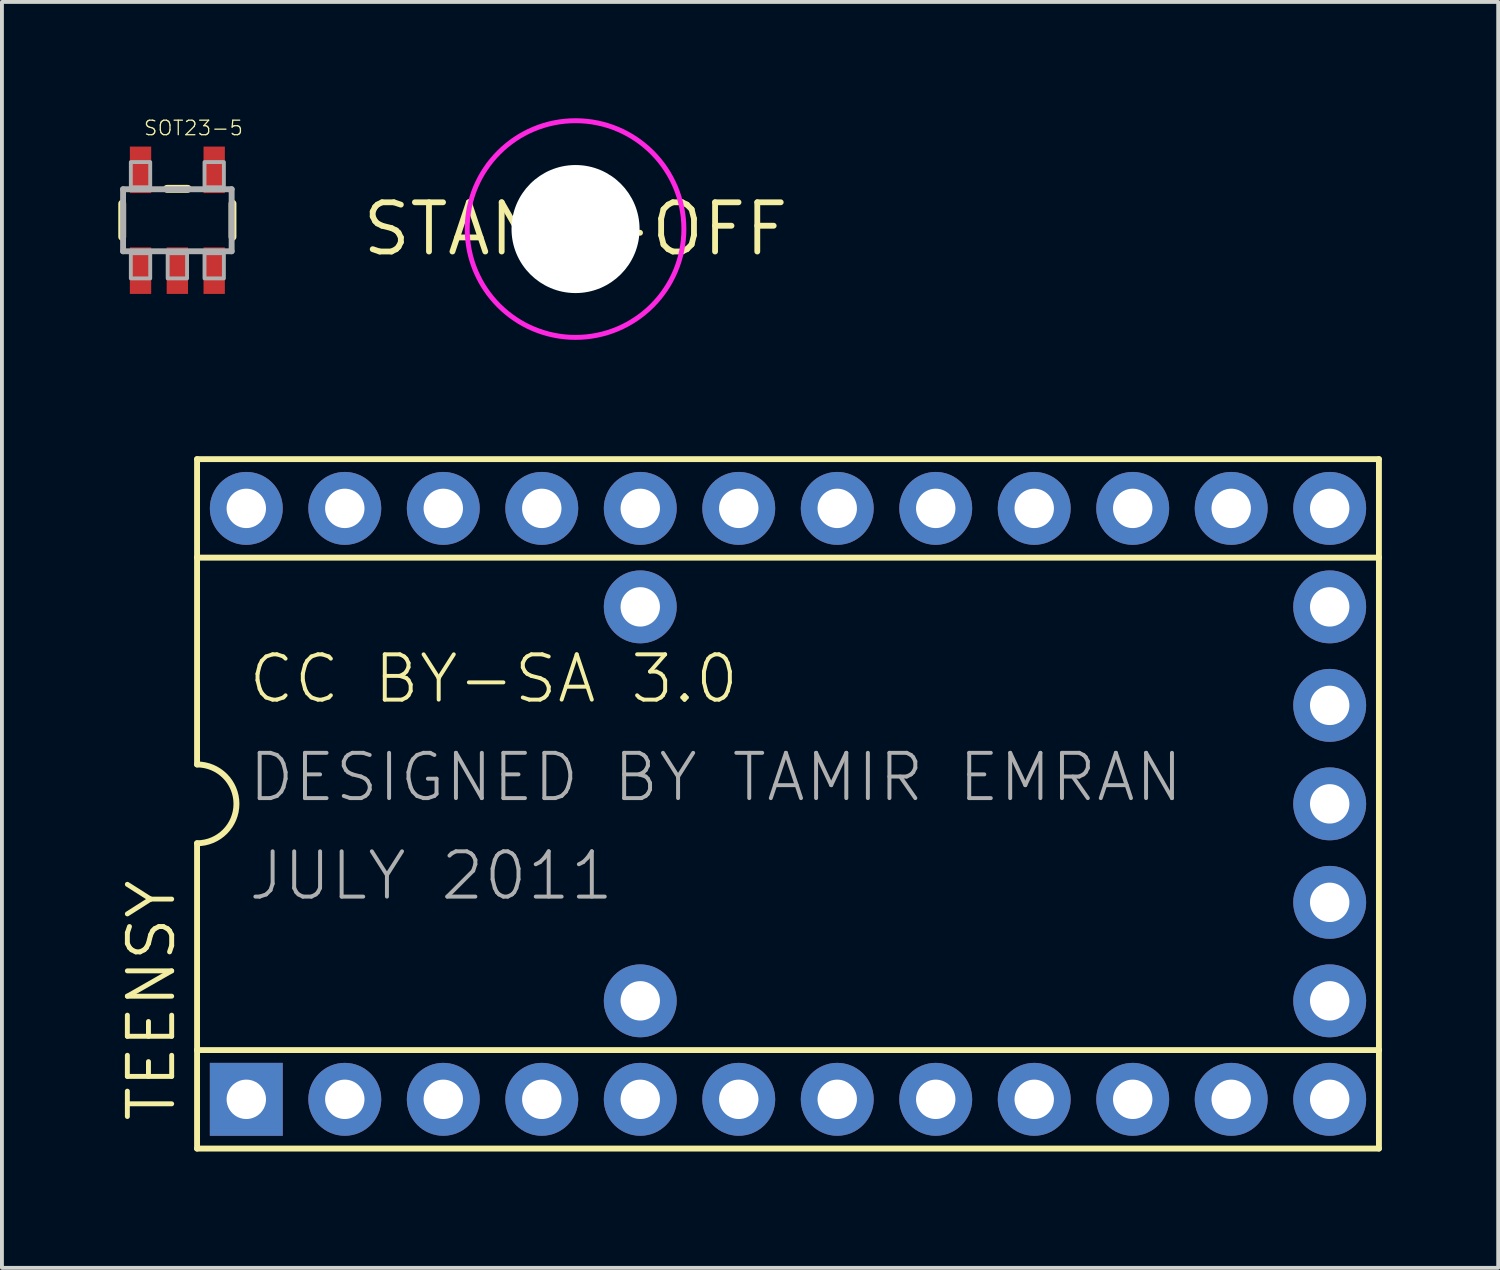
<source format=kicad_pcb>
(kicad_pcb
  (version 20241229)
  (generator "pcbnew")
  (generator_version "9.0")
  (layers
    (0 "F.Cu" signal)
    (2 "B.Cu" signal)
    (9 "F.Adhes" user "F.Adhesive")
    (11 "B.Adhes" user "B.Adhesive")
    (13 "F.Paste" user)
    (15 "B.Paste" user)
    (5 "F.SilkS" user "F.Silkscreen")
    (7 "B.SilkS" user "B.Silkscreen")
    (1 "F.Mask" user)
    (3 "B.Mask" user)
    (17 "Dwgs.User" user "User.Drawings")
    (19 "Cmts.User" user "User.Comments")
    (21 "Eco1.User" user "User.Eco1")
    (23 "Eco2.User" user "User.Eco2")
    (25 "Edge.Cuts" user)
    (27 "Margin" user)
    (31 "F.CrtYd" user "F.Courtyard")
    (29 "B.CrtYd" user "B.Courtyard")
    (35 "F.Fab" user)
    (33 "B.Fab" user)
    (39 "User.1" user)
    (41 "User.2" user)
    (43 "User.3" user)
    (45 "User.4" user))
  (footprint "TEENSY"
    (layer "F.Cu")
    (at 17.272 17.681)
    (property "Reference" "TEENSY" (at -15.748 8.255 90) (layer "F.SilkS") (effects (font (size 1.143 1.143) (thickness 0.127)) (justify left bottom)))
    (fp_line (start -15.24 -8.89) (end -15.24 -6.35) (stroke (width 0.152) (type solid)) (layer "F.SilkS"))
    (fp_line (start -15.24 -6.35) (end -15.24 -1.016) (stroke (width 0.152) (type solid)) (layer "F.SilkS"))
    (fp_line (start -15.24 -6.35) (end 15.24 -6.35) (stroke (width 0.152) (type solid)) (layer "F.SilkS"))
    (fp_line (start -15.24 6.35) (end -15.24 1.016) (stroke (width 0.152) (type solid)) (layer "F.SilkS"))
    (fp_line (start -15.24 6.35) (end 15.24 6.35) (stroke (width 0.152) (type solid)) (layer "F.SilkS"))
    (fp_line (start -15.24 8.89) (end -15.24 6.35) (stroke (width 0.152) (type solid)) (layer "F.SilkS"))
    (fp_line (start -15.24 8.89) (end 15.24 8.89) (stroke (width 0.152) (type solid)) (layer "F.SilkS"))
    (fp_line (start 15.24 -8.89) (end -15.24 -8.89) (stroke (width 0.152) (type solid)) (layer "F.SilkS"))
    (fp_line (start 15.24 -8.89) (end 15.24 -6.35) (stroke (width 0.152) (type solid)) (layer "F.SilkS"))
    (fp_line (start 15.24 -6.35) (end 15.24 6.35) (stroke (width 0.152) (type solid)) (layer "F.SilkS"))
    (fp_line (start 15.24 6.35) (end 15.24 8.89) (stroke (width 0.152) (type solid)) (layer "F.SilkS"))
    (fp_arc (start -15.24 -1.016) (mid -14.224 0) (end -15.24 1.016) (stroke (width 0.1524) (type solid)) (layer "F.SilkS"))
    (fp_text user "CC BY-SA 3.0" (at -13.97 -2.54 0) (layer "F.SilkS") (effects (font (size 1.168 1.168) (thickness 0.102)) (justify left bottom)))
    (fp_text user "JULY 2011" (at -13.97 2.54 0) (layer "F.Fab") (effects (font (size 1.168 1.168) (thickness 0.102)) (justify left bottom)))
    (fp_text user "DESIGNED BY TAMIR EMRAN" (at -13.97 0 0) (layer "F.Fab") (effects (font (size 1.168 1.168) (thickness 0.102)) (justify left bottom)))
    (pad "+5V" thru_hole circle (at -13.97 -7.62 90) (size 1.88 1.88) (drill 1.016) (layers "*.Cu" "*.Mask"))
    (pad "5V2" thru_hole circle (at 13.97 2.54 180) (size 1.88 1.88) (drill 1.016) (layers "*.Cu" "*.Mask"))
    (pad "B0" thru_hole circle (at -11.43 7.62 90) (size 1.88 1.88) (drill 1.016) (layers "*.Cu" "*.Mask"))
    (pad "B1" thru_hole circle (at -8.89 7.62 90) (size 1.88 1.88) (drill 1.016) (layers "*.Cu" "*.Mask"))
    (pad "B2" thru_hole circle (at -6.35 7.62 90) (size 1.88 1.88) (drill 1.016) (layers "*.Cu" "*.Mask"))
    (pad "B3" thru_hole circle (at -3.81 7.62 90) (size 1.88 1.88) (drill 1.016) (layers "*.Cu" "*.Mask"))
    (pad "B4" thru_hole circle (at 8.89 -7.62 90) (size 1.88 1.88) (drill 1.016) (layers "*.Cu" "*.Mask"))
    (pad "B5" thru_hole circle (at 6.35 -7.62 90) (size 1.88 1.88) (drill 1.016) (layers "*.Cu" "*.Mask"))
    (pad "B6" thru_hole circle (at 3.81 -7.62 90) (size 1.88 1.88) (drill 1.016) (layers "*.Cu" "*.Mask"))
    (pad "B7" thru_hole circle (at -1.27 7.62 90) (size 1.88 1.88) (drill 1.016) (layers "*.Cu" "*.Mask"))
    (pad "C6" thru_hole circle (at 11.43 7.62 90) (size 1.88 1.88) (drill 1.016) (layers "*.Cu" "*.Mask"))
    (pad "C7" thru_hole circle (at 13.97 7.62 90) (size 1.88 1.88) (drill 1.016) (layers "*.Cu" "*.Mask"))
    (pad "D0" thru_hole circle (at 1.27 7.62 90) (size 1.88 1.88) (drill 1.016) (layers "*.Cu" "*.Mask"))
    (pad "D1" thru_hole circle (at 3.81 7.62 90) (size 1.88 1.88) (drill 1.016) (layers "*.Cu" "*.Mask"))
    (pad "D2" thru_hole circle (at 6.35 7.62 90) (size 1.88 1.88) (drill 1.016) (layers "*.Cu" "*.Mask"))
    (pad "D3" thru_hole circle (at 8.89 7.62 90) (size 1.88 1.88) (drill 1.016) (layers "*.Cu" "*.Mask"))
    (pad "D4" thru_hole circle (at 13.97 -5.08 180) (size 1.88 1.88) (drill 1.016) (layers "*.Cu" "*.Mask"))
    (pad "D5" thru_hole circle (at 13.97 5.08 180) (size 1.88 1.88) (drill 1.016) (layers "*.Cu" "*.Mask"))
    (pad "D6" thru_hole circle (at 13.97 -7.62 90) (size 1.88 1.88) (drill 1.016) (layers "*.Cu" "*.Mask"))
    (pad "D7" thru_hole circle (at 11.43 -7.62 90) (size 1.88 1.88) (drill 1.016) (layers "*.Cu" "*.Mask"))
    (pad "E6" thru_hole circle (at -3.81 5.08) (size 1.88 1.88) (drill 1.016) (layers "*.Cu" "*.Mask"))
    (pad "F0" thru_hole circle (at -11.43 -7.62 90) (size 1.88 1.88) (drill 1.016) (layers "*.Cu" "*.Mask"))
    (pad "F1" thru_hole circle (at -8.89 -7.62 90) (size 1.88 1.88) (drill 1.016) (layers "*.Cu" "*.Mask"))
    (pad "F4" thru_hole circle (at -6.35 -7.62 90) (size 1.88 1.88) (drill 1.016) (layers "*.Cu" "*.Mask"))
    (pad "F5" thru_hole circle (at -3.81 -7.62 90) (size 1.88 1.88) (drill 1.016) (layers "*.Cu" "*.Mask"))
    (pad "F6" thru_hole circle (at -1.27 -7.62 90) (size 1.88 1.88) (drill 1.016) (layers "*.Cu" "*.Mask"))
    (pad "F7" thru_hole circle (at 1.27 -7.62 90) (size 1.88 1.88) (drill 1.016) (layers "*.Cu" "*.Mask"))
    (pad "GND" thru_hole rect (at -13.97 7.62 90) (size 1.88 1.88) (drill 1.016) (layers "*.Cu" "*.Mask"))
    (pad "GRND1" thru_hole circle (at 13.97 0 180) (size 1.88 1.88) (drill 1.016) (layers "*.Cu" "*.Mask"))
    (pad "REF" thru_hole circle (at -3.81 -5.08 180) (size 1.88 1.88) (drill 1.016) (layers "*.Cu" "*.Mask"))
    (pad "RST" thru_hole circle (at 13.97 -2.54 180) (size 1.88 1.88) (drill 1.016) (layers "*.Cu" "*.Mask")))
  (footprint "STAND-OFF"
    (layer "F.Cu")
    (at 11.793 2.857)
    (property "Reference" "STAND-OFF" (at 0 0 0) (layer "F.SilkS") (effects (font (size 1.27 1.27) (thickness 0.15))))
    (fp_circle (center 0 0) (end 2.794 0) (stroke (width 0.127) (type solid)) (fill no) (layer "F.CrtYd"))
    (pad "" np_thru_hole circle (at 0 0) (size 3.302 3.302) (drill 3.302) (layers "*.Cu" "*.Mask")))
  (footprint "SOT23-5"
    (layer "F.Cu")
    (at 1.524 2.63)
    (property "Reference" "SOT23-5" (at -0.889 -2.159 0) (layer "F.SilkS") (effects (font (size 0.374 0.374) (thickness 0.033)) (justify left bottom)))
    (fp_line (start -1.422 0.429) (end -1.422 -0.429) (stroke (width 0.203) (type solid)) (layer "F.SilkS"))
    (fp_line (start -0.268 -0.81) (end 0.268 -0.81) (stroke (width 0.203) (type solid)) (layer "F.SilkS"))
    (fp_line (start 1.422 -0.429) (end 1.422 0.429) (stroke (width 0.203) (type solid)) (layer "F.SilkS"))
    (fp_line (start -1.4 -0.8) (end -1.4 0.8) (stroke (width 0.152) (type solid)) (layer "F.Fab"))
    (fp_line (start -1.4 -0.8) (end 1.4 -0.8) (stroke (width 0.152) (type solid)) (layer "F.Fab"))
    (fp_line (start 1.4 -0.8) (end 1.4 0.8) (stroke (width 0.152) (type solid)) (layer "F.Fab"))
    (fp_line (start 1.4 0.8) (end -1.4 0.8) (stroke (width 0.152) (type solid)) (layer "F.Fab"))
    (fp_poly (pts (xy -1.2 -0.85) (xy -0.7 -0.85) (xy -0.7 -1.5) (xy -1.2 -1.5)) (stroke (width 0.1) (type solid)) (fill no) (layer "F.Fab"))
    (fp_poly (pts (xy -1.2 1.5) (xy -0.7 1.5) (xy -0.7 0.85) (xy -1.2 0.85)) (stroke (width 0.1) (type solid)) (fill no) (layer "F.Fab"))
    (fp_poly (pts (xy -0.25 1.5) (xy 0.25 1.5) (xy 0.25 0.85) (xy -0.25 0.85)) (stroke (width 0.1) (type solid)) (fill no) (layer "F.Fab"))
    (fp_poly (pts (xy 0.7 -0.85) (xy 1.2 -0.85) (xy 1.2 -1.5) (xy 0.7 -1.5)) (stroke (width 0.1) (type solid)) (fill no) (layer "F.Fab"))
    (fp_poly (pts (xy 0.7 1.5) (xy 1.2 1.5) (xy 1.2 0.85) (xy 0.7 0.85)) (stroke (width 0.1) (type solid)) (fill no) (layer "F.Fab"))
    (pad "1" smd rect (at -0.95 1.3) (size 0.55 1.2) (layers "F.Cu" "F.Mask" "F.Paste"))
    (pad "2" smd rect (at 0 1.3) (size 0.55 1.2) (layers "F.Cu" "F.Mask" "F.Paste"))
    (pad "3" smd rect (at 0.95 1.3) (size 0.55 1.2) (layers "F.Cu" "F.Mask" "F.Paste"))
    (pad "4" smd rect (at 0.95 -1.3) (size 0.55 1.2) (layers "F.Cu" "F.Mask" "F.Paste"))
    (pad "5" smd rect (at -0.95 -1.3) (size 0.55 1.2) (layers "F.Cu" "F.Mask" "F.Paste")))
  (gr_rect
    (start -3 -3)
    (end 35.588 29.647)
    (stroke (width 0.1) (type default))
    (fill no)
    (layer "Edge.Cuts")))
</source>
